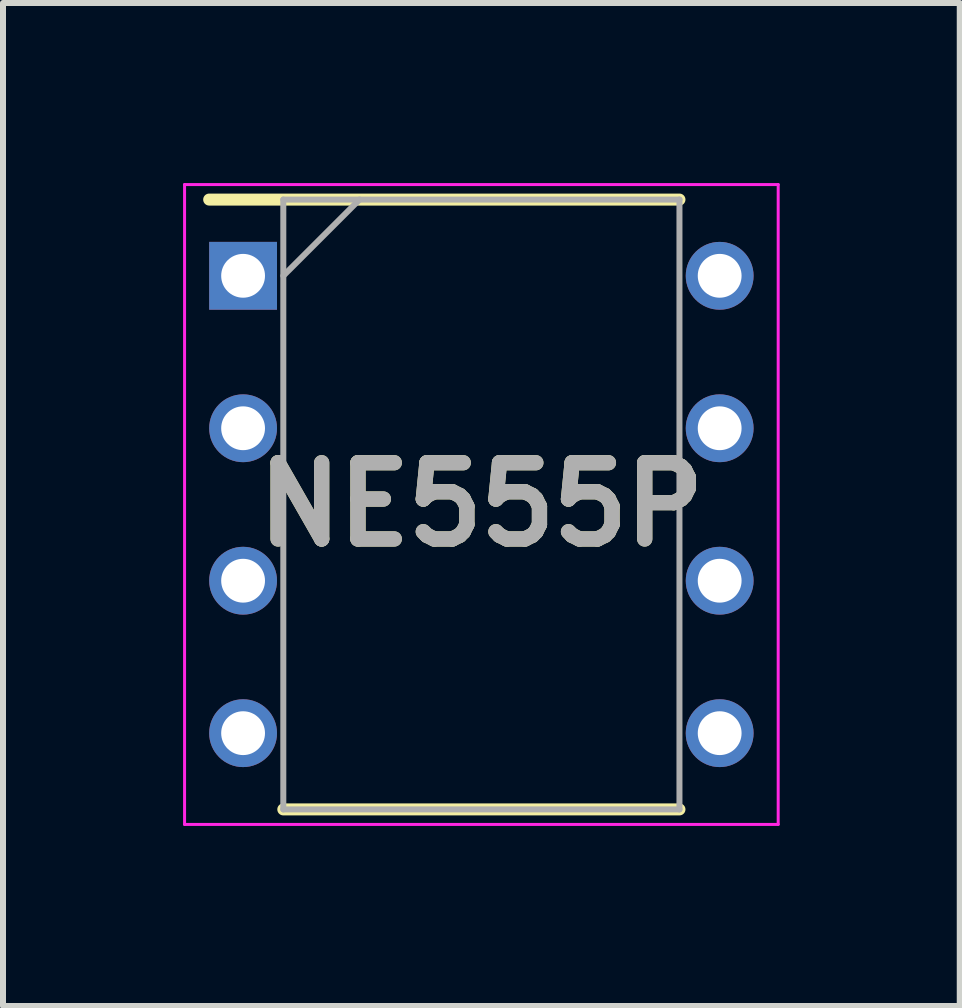
<source format=kicad_pcb>
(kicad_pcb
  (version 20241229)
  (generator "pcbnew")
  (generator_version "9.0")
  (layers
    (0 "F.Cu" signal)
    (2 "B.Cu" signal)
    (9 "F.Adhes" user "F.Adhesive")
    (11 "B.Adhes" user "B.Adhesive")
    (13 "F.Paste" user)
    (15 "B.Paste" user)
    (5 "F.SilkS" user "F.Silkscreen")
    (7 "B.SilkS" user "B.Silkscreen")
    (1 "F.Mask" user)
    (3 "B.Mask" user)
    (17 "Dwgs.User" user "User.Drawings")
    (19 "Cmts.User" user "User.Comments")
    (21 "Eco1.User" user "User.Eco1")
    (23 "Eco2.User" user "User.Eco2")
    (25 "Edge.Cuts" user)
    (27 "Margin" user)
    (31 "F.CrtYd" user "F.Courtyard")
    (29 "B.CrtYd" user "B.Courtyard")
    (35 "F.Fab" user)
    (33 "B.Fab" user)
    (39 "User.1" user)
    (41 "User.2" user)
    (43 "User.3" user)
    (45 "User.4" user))
  (footprint "NE555P"
    (layer "F.Cu")
    (at 4.97 5.355)
    (property "Reference" "NE555P" (at 0 0 0) (layer "F.SilkS") (effects (font (size 1.27 1.27) (thickness 0.254))))
    (attr through_hole)
    (fp_line (start -4.535 -5.08) (end 3.3 -5.08) (stroke (width 0.2) (type solid)) (layer "F.SilkS"))
    (fp_line (start -3.3 5.08) (end 3.3 5.08) (stroke (width 0.2) (type solid)) (layer "F.SilkS"))
    (fp_line (start -4.945 -5.33) (end 4.945 -5.33) (stroke (width 0.05) (type solid)) (layer "F.CrtYd"))
    (fp_line (start -4.945 5.33) (end -4.945 -5.33) (stroke (width 0.05) (type solid)) (layer "F.CrtYd"))
    (fp_line (start 4.945 -5.33) (end 4.945 5.33) (stroke (width 0.05) (type solid)) (layer "F.CrtYd"))
    (fp_line (start 4.945 5.33) (end -4.945 5.33) (stroke (width 0.05) (type solid)) (layer "F.CrtYd"))
    (fp_line (start -3.3 -5.08) (end 3.3 -5.08) (stroke (width 0.1) (type solid)) (layer "F.Fab"))
    (fp_line (start -3.3 -3.81) (end -2.03 -5.08) (stroke (width 0.1) (type solid)) (layer "F.Fab"))
    (fp_line (start -3.3 5.08) (end -3.3 -5.08) (stroke (width 0.1) (type solid)) (layer "F.Fab"))
    (fp_line (start 3.3 -5.08) (end 3.3 5.08) (stroke (width 0.1) (type solid)) (layer "F.Fab"))
    (fp_line (start 3.3 5.08) (end -3.3 5.08) (stroke (width 0.1) (type solid)) (layer "F.Fab"))
    (fp_text user "${REFERENCE}" (at 0 0 0) (layer "F.Fab") (effects (font (size 1.27 1.27) (thickness 0.254))))
    (pad "1" thru_hole rect (at -3.97 -3.81) (size 1.13 1.13) (drill 0.73) (layers "*.Cu" "*.Mask"))
    (pad "2" thru_hole circle (at -3.97 -1.27) (size 1.13 1.13) (drill 0.73) (layers "*.Cu" "*.Mask"))
    (pad "3" thru_hole circle (at -3.97 1.27) (size 1.13 1.13) (drill 0.73) (layers "*.Cu" "*.Mask"))
    (pad "4" thru_hole circle (at -3.97 3.81) (size 1.13 1.13) (drill 0.73) (layers "*.Cu" "*.Mask"))
    (pad "5" thru_hole circle (at 3.97 3.81) (size 1.13 1.13) (drill 0.73) (layers "*.Cu" "*.Mask"))
    (pad "6" thru_hole circle (at 3.97 1.27) (size 1.13 1.13) (drill 0.73) (layers "*.Cu" "*.Mask"))
    (pad "7" thru_hole circle (at 3.97 -1.27) (size 1.13 1.13) (drill 0.73) (layers "*.Cu" "*.Mask"))
    (pad "8" thru_hole circle (at 3.97 -3.81) (size 1.13 1.13) (drill 0.73) (layers "*.Cu" "*.Mask")))
  (gr_rect
    (start -3 -3)
    (end 12.94 13.71)
    (stroke (width 0.1) (type default))
    (fill no)
    (layer "Edge.Cuts")))
</source>
